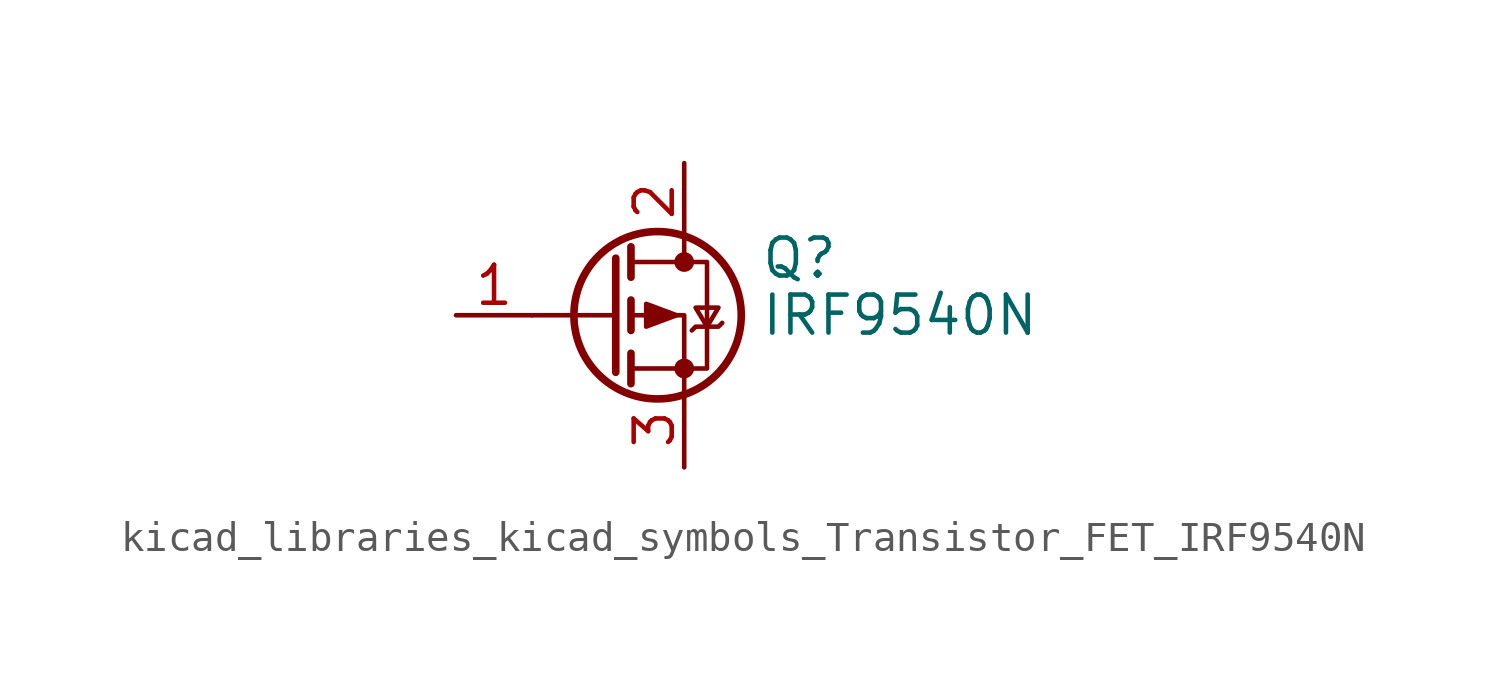
<source format=kicad_sym>
(kicad_symbol_lib
  (version 20220914)
  (generator kicad_symbol_editor)
  (symbol "kicad_libraries_kicad_symbols_Transistor_FET_IRF9540N"
    (pin_names hide)
    (property "Reference" "Q"
      (at 5.08 1.905 0)
      (effects (font (size 1.27 1.27)) (justify left)))
    (property "Value" "IRF9540N"
      (at 5.08 0 0)
      (effects (font (size 1.27 1.27)) (justify left)))
    (symbol "kicad_libraries_kicad_symbols_Transistor_FET_IRF9540N_0_1"
      (polyline (pts (xy 0.254 0) (xy -2.54 0)) (stroke (width 0) (type default)) (fill (type none)))
      (polyline (pts (xy 0.254 1.905) (xy 0.254 -1.905)) (stroke (width 0.254) (type default)) (fill (type none)))
      (polyline (pts (xy 0.762 -1.27) (xy 0.762 -2.286)) (stroke (width 0.254) (type default)) (fill (type none)))
      (polyline (pts (xy 0.762 0.508) (xy 0.762 -0.508)) (stroke (width 0.254) (type default)) (fill (type none)))
      (polyline (pts (xy 0.762 2.286) (xy 0.762 1.27)) (stroke (width 0.254) (type default)) (fill (type none)))
      (polyline (pts (xy 2.54 2.54) (xy 2.54 1.778)) (stroke (width 0) (type default)) (fill (type none)))
      (polyline (pts (xy 2.54 -2.54) (xy 2.54 0) (xy 0.762 0)) (stroke (width 0) (type default)) (fill (type none)))
      (polyline (pts (xy 0.762 1.778) (xy 3.302 1.778) (xy 3.302 -1.778) (xy 0.762 -1.778)) (stroke (width 0) (type default)) (fill (type none)))
      (polyline (pts (xy 2.286 0) (xy 1.27 0.381) (xy 1.27 -0.381) (xy 2.286 0)) (stroke (width 0) (type default)) (fill (type outline)))
      (polyline (pts (xy 2.794 -0.508) (xy 2.921 -0.381) (xy 3.683 -0.381) (xy 3.81 -0.254)) (stroke (width 0) (type default)) (fill (type none)))
      (polyline (pts (xy 3.302 -0.381) (xy 2.921 0.254) (xy 3.683 0.254) (xy 3.302 -0.381)) (stroke (width 0) (type default)) (fill (type none)))
      (circle (center 1.651 0) (radius 2.794) (stroke (width 0.254) (type default)) (fill (type none)))
      (circle (center 2.54 -1.778) (radius 0.254) (stroke (width 0) (type default)) (fill (type outline)))
      (circle (center 2.54 1.778) (radius 0.254) (stroke (width 0) (type default)) (fill (type outline))))
    (symbol "kicad_libraries_kicad_symbols_Transistor_FET_IRF9540N_1_1"
      (pin input line (at -5.08 0 0) (length 2.54) (name "G" (effects (font (size 1.27 1.27)))) (number "1" (effects (font (size 1.27 1.27)))))
      (pin passive line (at 2.54 5.08 270) (length 2.54) (name "D" (effects (font (size 1.27 1.27)))) (number "2" (effects (font (size 1.27 1.27)))))
      (pin passive line (at 2.54 -5.08 90) (length 2.54) (name "S" (effects (font (size 1.27 1.27)))) (number "3" (effects (font (size 1.27 1.27))))))))
</source>
